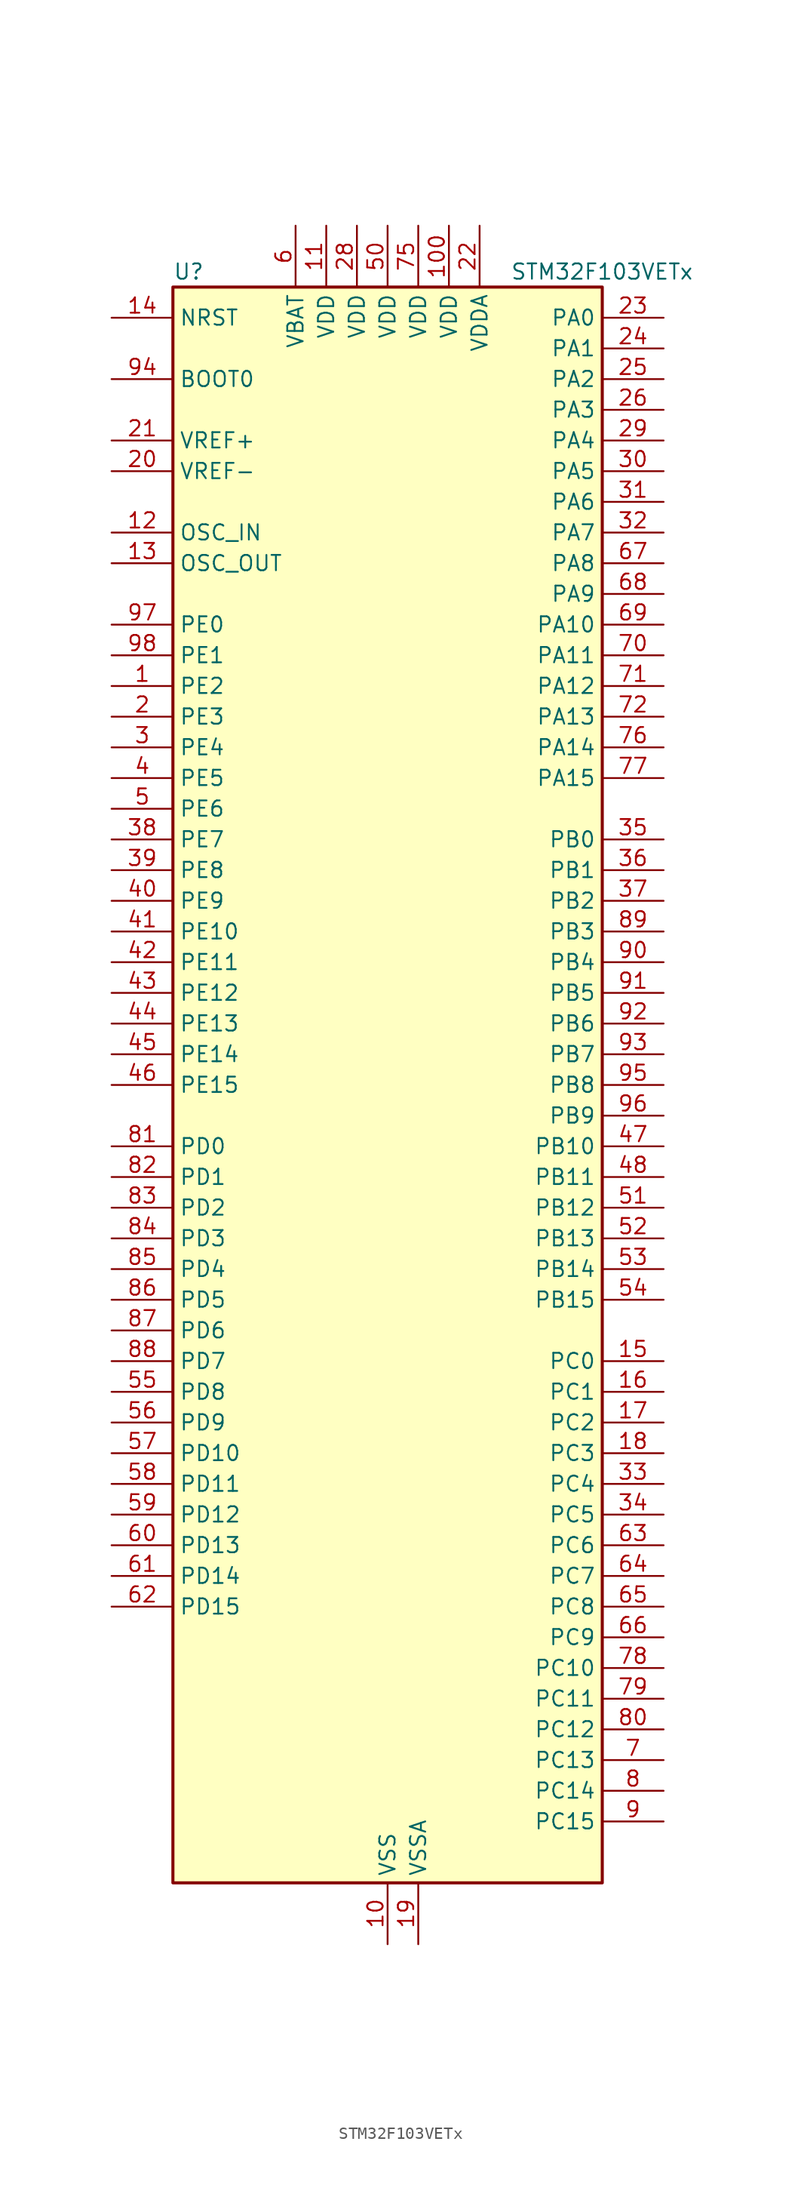
<source format=kicad_sym>
(kicad_symbol_lib
  (version 20220914)
  (generator kicad_symbol_editor)
  (symbol "STM32F103VETx"
    (property "Reference" "U"
      (at -17.78 67.31 0)
      (effects (font (size 1.27 1.27)) (justify left)))
    (property "Value" "STM32F103VETx"
      (at 10.16 67.31 0)
      (effects (font (size 1.27 1.27)) (justify left)))
    (property "ki_locked" ""
      (at 0 0 0)
      (effects (font (size 1.27 1.27))))
    (symbol "STM32F103VETx_0_1"
      (rectangle (start -17.78 -66.04) (end 17.78 66.04) (stroke (width 0.254) (type default)) (fill (type background))))
    (symbol "STM32F103VETx_1_1"
      (pin bidirectional line (at -22.86 33.02 0) (length 5.08) (name "PE2" (effects (font (size 1.27 1.27)))) (number "1" (effects (font (size 1.27 1.27)))) (alternate "FSMC_A23" bidirectional line) (alternate "SYS_TRACECLK" bidirectional line))
      (pin power_in line (at 0 -71.12 90) (length 5.08) (name "VSS" (effects (font (size 1.27 1.27)))) (number "10" (effects (font (size 1.27 1.27)))))
      (pin power_in line (at 5.08 71.12 270) (length 5.08) (name "VDD" (effects (font (size 1.27 1.27)))) (number "100" (effects (font (size 1.27 1.27)))))
      (pin power_in line (at -5.08 71.12 270) (length 5.08) (name "VDD" (effects (font (size 1.27 1.27)))) (number "11" (effects (font (size 1.27 1.27)))))
      (pin input line (at -22.86 45.72 0) (length 5.08) (name "OSC_IN" (effects (font (size 1.27 1.27)))) (number "12" (effects (font (size 1.27 1.27)))) (alternate "RCC_OSC_IN" bidirectional line))
      (pin input line (at -22.86 43.18 0) (length 5.08) (name "OSC_OUT" (effects (font (size 1.27 1.27)))) (number "13" (effects (font (size 1.27 1.27)))) (alternate "RCC_OSC_OUT" bidirectional line))
      (pin input line (at -22.86 63.5 0) (length 5.08) (name "NRST" (effects (font (size 1.27 1.27)))) (number "14" (effects (font (size 1.27 1.27)))))
      (pin bidirectional line (at 22.86 -22.86 180) (length 5.08) (name "PC0" (effects (font (size 1.27 1.27)))) (number "15" (effects (font (size 1.27 1.27)))) (alternate "ADC1_IN10" bidirectional line) (alternate "ADC2_IN10" bidirectional line) (alternate "ADC3_IN10" bidirectional line))
      (pin bidirectional line (at 22.86 -25.4 180) (length 5.08) (name "PC1" (effects (font (size 1.27 1.27)))) (number "16" (effects (font (size 1.27 1.27)))) (alternate "ADC1_IN11" bidirectional line) (alternate "ADC2_IN11" bidirectional line) (alternate "ADC3_IN11" bidirectional line))
      (pin bidirectional line (at 22.86 -27.94 180) (length 5.08) (name "PC2" (effects (font (size 1.27 1.27)))) (number "17" (effects (font (size 1.27 1.27)))) (alternate "ADC1_IN12" bidirectional line) (alternate "ADC2_IN12" bidirectional line) (alternate "ADC3_IN12" bidirectional line))
      (pin bidirectional line (at 22.86 -30.48 180) (length 5.08) (name "PC3" (effects (font (size 1.27 1.27)))) (number "18" (effects (font (size 1.27 1.27)))) (alternate "ADC1_IN13" bidirectional line) (alternate "ADC2_IN13" bidirectional line) (alternate "ADC3_IN13" bidirectional line))
      (pin power_in line (at 2.54 -71.12 90) (length 5.08) (name "VSSA" (effects (font (size 1.27 1.27)))) (number "19" (effects (font (size 1.27 1.27)))))
      (pin bidirectional line (at -22.86 30.48 0) (length 5.08) (name "PE3" (effects (font (size 1.27 1.27)))) (number "2" (effects (font (size 1.27 1.27)))) (alternate "FSMC_A19" bidirectional line) (alternate "SYS_TRACED0" bidirectional line))
      (pin input line (at -22.86 50.8 0) (length 5.08) (name "VREF-" (effects (font (size 1.27 1.27)))) (number "20" (effects (font (size 1.27 1.27)))))
      (pin input line (at -22.86 53.34 0) (length 5.08) (name "VREF+" (effects (font (size 1.27 1.27)))) (number "21" (effects (font (size 1.27 1.27)))))
      (pin power_in line (at 7.62 71.12 270) (length 5.08) (name "VDDA" (effects (font (size 1.27 1.27)))) (number "22" (effects (font (size 1.27 1.27)))))
      (pin bidirectional line (at 22.86 63.5 180) (length 5.08) (name "PA0" (effects (font (size 1.27 1.27)))) (number "23" (effects (font (size 1.27 1.27)))) (alternate "ADC1_IN0" bidirectional line) (alternate "ADC2_IN0" bidirectional line) (alternate "ADC3_IN0" bidirectional line) (alternate "SYS_WKUP" bidirectional line) (alternate "TIM2_CH1" bidirectional line) (alternate "TIM2_ETR" bidirectional line) (alternate "TIM5_CH1" bidirectional line) (alternate "TIM8_ETR" bidirectional line) (alternate "USART2_CTS" bidirectional line))
      (pin bidirectional line (at 22.86 60.96 180) (length 5.08) (name "PA1" (effects (font (size 1.27 1.27)))) (number "24" (effects (font (size 1.27 1.27)))) (alternate "ADC1_IN1" bidirectional line) (alternate "ADC2_IN1" bidirectional line) (alternate "ADC3_IN1" bidirectional line) (alternate "TIM2_CH2" bidirectional line) (alternate "TIM5_CH2" bidirectional line) (alternate "USART2_RTS" bidirectional line))
      (pin bidirectional line (at 22.86 58.42 180) (length 5.08) (name "PA2" (effects (font (size 1.27 1.27)))) (number "25" (effects (font (size 1.27 1.27)))) (alternate "ADC1_IN2" bidirectional line) (alternate "ADC2_IN2" bidirectional line) (alternate "ADC3_IN2" bidirectional line) (alternate "TIM2_CH3" bidirectional line) (alternate "TIM5_CH3" bidirectional line) (alternate "USART2_TX" bidirectional line))
      (pin bidirectional line (at 22.86 55.88 180) (length 5.08) (name "PA3" (effects (font (size 1.27 1.27)))) (number "26" (effects (font (size 1.27 1.27)))) (alternate "ADC1_IN3" bidirectional line) (alternate "ADC2_IN3" bidirectional line) (alternate "ADC3_IN3" bidirectional line) (alternate "TIM2_CH4" bidirectional line) (alternate "TIM5_CH4" bidirectional line) (alternate "USART2_RX" bidirectional line))
      (pin passive line (at 0 -71.12 90) (length 5.08) hide (name "VSS" (effects (font (size 1.27 1.27)))) (number "27" (effects (font (size 1.27 1.27)))))
      (pin power_in line (at -2.54 71.12 270) (length 5.08) (name "VDD" (effects (font (size 1.27 1.27)))) (number "28" (effects (font (size 1.27 1.27)))))
      (pin bidirectional line (at 22.86 53.34 180) (length 5.08) (name "PA4" (effects (font (size 1.27 1.27)))) (number "29" (effects (font (size 1.27 1.27)))) (alternate "ADC1_IN4" bidirectional line) (alternate "ADC2_IN4" bidirectional line) (alternate "DAC_OUT1" bidirectional line) (alternate "SPI1_NSS" bidirectional line) (alternate "USART2_CK" bidirectional line))
      (pin bidirectional line (at -22.86 27.94 0) (length 5.08) (name "PE4" (effects (font (size 1.27 1.27)))) (number "3" (effects (font (size 1.27 1.27)))) (alternate "FSMC_A20" bidirectional line) (alternate "SYS_TRACED1" bidirectional line))
      (pin bidirectional line (at 22.86 50.8 180) (length 5.08) (name "PA5" (effects (font (size 1.27 1.27)))) (number "30" (effects (font (size 1.27 1.27)))) (alternate "ADC1_IN5" bidirectional line) (alternate "ADC2_IN5" bidirectional line) (alternate "DAC_OUT2" bidirectional line) (alternate "SPI1_SCK" bidirectional line))
      (pin bidirectional line (at 22.86 48.26 180) (length 5.08) (name "PA6" (effects (font (size 1.27 1.27)))) (number "31" (effects (font (size 1.27 1.27)))) (alternate "ADC1_IN6" bidirectional line) (alternate "ADC2_IN6" bidirectional line) (alternate "SPI1_MISO" bidirectional line) (alternate "TIM1_BKIN" bidirectional line) (alternate "TIM3_CH1" bidirectional line) (alternate "TIM8_BKIN" bidirectional line))
      (pin bidirectional line (at 22.86 45.72 180) (length 5.08) (name "PA7" (effects (font (size 1.27 1.27)))) (number "32" (effects (font (size 1.27 1.27)))) (alternate "ADC1_IN7" bidirectional line) (alternate "ADC2_IN7" bidirectional line) (alternate "SPI1_MOSI" bidirectional line) (alternate "TIM1_CH1N" bidirectional line) (alternate "TIM3_CH2" bidirectional line) (alternate "TIM8_CH1N" bidirectional line))
      (pin bidirectional line (at 22.86 -33.02 180) (length 5.08) (name "PC4" (effects (font (size 1.27 1.27)))) (number "33" (effects (font (size 1.27 1.27)))) (alternate "ADC1_IN14" bidirectional line) (alternate "ADC2_IN14" bidirectional line))
      (pin bidirectional line (at 22.86 -35.56 180) (length 5.08) (name "PC5" (effects (font (size 1.27 1.27)))) (number "34" (effects (font (size 1.27 1.27)))) (alternate "ADC1_IN15" bidirectional line) (alternate "ADC2_IN15" bidirectional line))
      (pin bidirectional line (at 22.86 20.32 180) (length 5.08) (name "PB0" (effects (font (size 1.27 1.27)))) (number "35" (effects (font (size 1.27 1.27)))) (alternate "ADC1_IN8" bidirectional line) (alternate "ADC2_IN8" bidirectional line) (alternate "TIM1_CH2N" bidirectional line) (alternate "TIM3_CH3" bidirectional line) (alternate "TIM8_CH2N" bidirectional line))
      (pin bidirectional line (at 22.86 17.78 180) (length 5.08) (name "PB1" (effects (font (size 1.27 1.27)))) (number "36" (effects (font (size 1.27 1.27)))) (alternate "ADC1_IN9" bidirectional line) (alternate "ADC2_IN9" bidirectional line) (alternate "TIM1_CH3N" bidirectional line) (alternate "TIM3_CH4" bidirectional line) (alternate "TIM8_CH3N" bidirectional line))
      (pin bidirectional line (at 22.86 15.24 180) (length 5.08) (name "PB2" (effects (font (size 1.27 1.27)))) (number "37" (effects (font (size 1.27 1.27)))))
      (pin bidirectional line (at -22.86 20.32 0) (length 5.08) (name "PE7" (effects (font (size 1.27 1.27)))) (number "38" (effects (font (size 1.27 1.27)))) (alternate "FSMC_D4" bidirectional line) (alternate "FSMC_DA4" bidirectional line) (alternate "TIM1_ETR" bidirectional line))
      (pin bidirectional line (at -22.86 17.78 0) (length 5.08) (name "PE8" (effects (font (size 1.27 1.27)))) (number "39" (effects (font (size 1.27 1.27)))) (alternate "FSMC_D5" bidirectional line) (alternate "FSMC_DA5" bidirectional line) (alternate "TIM1_CH1N" bidirectional line))
      (pin bidirectional line (at -22.86 25.4 0) (length 5.08) (name "PE5" (effects (font (size 1.27 1.27)))) (number "4" (effects (font (size 1.27 1.27)))) (alternate "FSMC_A21" bidirectional line) (alternate "SYS_TRACED2" bidirectional line))
      (pin bidirectional line (at -22.86 15.24 0) (length 5.08) (name "PE9" (effects (font (size 1.27 1.27)))) (number "40" (effects (font (size 1.27 1.27)))) (alternate "DAC_EXTI9" bidirectional line) (alternate "FSMC_D6" bidirectional line) (alternate "FSMC_DA6" bidirectional line) (alternate "TIM1_CH1" bidirectional line))
      (pin bidirectional line (at -22.86 12.7 0) (length 5.08) (name "PE10" (effects (font (size 1.27 1.27)))) (number "41" (effects (font (size 1.27 1.27)))) (alternate "FSMC_D7" bidirectional line) (alternate "FSMC_DA7" bidirectional line) (alternate "TIM1_CH2N" bidirectional line))
      (pin bidirectional line (at -22.86 10.16 0) (length 5.08) (name "PE11" (effects (font (size 1.27 1.27)))) (number "42" (effects (font (size 1.27 1.27)))) (alternate "ADC1_EXTI11" bidirectional line) (alternate "ADC2_EXTI11" bidirectional line) (alternate "FSMC_D8" bidirectional line) (alternate "FSMC_DA8" bidirectional line) (alternate "TIM1_CH2" bidirectional line))
      (pin bidirectional line (at -22.86 7.62 0) (length 5.08) (name "PE12" (effects (font (size 1.27 1.27)))) (number "43" (effects (font (size 1.27 1.27)))) (alternate "FSMC_D9" bidirectional line) (alternate "FSMC_DA9" bidirectional line) (alternate "TIM1_CH3N" bidirectional line))
      (pin bidirectional line (at -22.86 5.08 0) (length 5.08) (name "PE13" (effects (font (size 1.27 1.27)))) (number "44" (effects (font (size 1.27 1.27)))) (alternate "FSMC_D10" bidirectional line) (alternate "FSMC_DA10" bidirectional line) (alternate "TIM1_CH3" bidirectional line))
      (pin bidirectional line (at -22.86 2.54 0) (length 5.08) (name "PE14" (effects (font (size 1.27 1.27)))) (number "45" (effects (font (size 1.27 1.27)))) (alternate "FSMC_D11" bidirectional line) (alternate "FSMC_DA11" bidirectional line) (alternate "TIM1_CH4" bidirectional line))
      (pin bidirectional line (at -22.86 0 0) (length 5.08) (name "PE15" (effects (font (size 1.27 1.27)))) (number "46" (effects (font (size 1.27 1.27)))) (alternate "ADC1_EXTI15" bidirectional line) (alternate "ADC2_EXTI15" bidirectional line) (alternate "FSMC_D12" bidirectional line) (alternate "FSMC_DA12" bidirectional line) (alternate "TIM1_BKIN" bidirectional line))
      (pin bidirectional line (at 22.86 -5.08 180) (length 5.08) (name "PB10" (effects (font (size 1.27 1.27)))) (number "47" (effects (font (size 1.27 1.27)))) (alternate "I2C2_SCL" bidirectional line) (alternate "TIM2_CH3" bidirectional line) (alternate "USART3_TX" bidirectional line))
      (pin bidirectional line (at 22.86 -7.62 180) (length 5.08) (name "PB11" (effects (font (size 1.27 1.27)))) (number "48" (effects (font (size 1.27 1.27)))) (alternate "ADC1_EXTI11" bidirectional line) (alternate "ADC2_EXTI11" bidirectional line) (alternate "I2C2_SDA" bidirectional line) (alternate "TIM2_CH4" bidirectional line) (alternate "USART3_RX" bidirectional line))
      (pin passive line (at 0 -71.12 90) (length 5.08) hide (name "VSS" (effects (font (size 1.27 1.27)))) (number "49" (effects (font (size 1.27 1.27)))))
      (pin bidirectional line (at -22.86 22.86 0) (length 5.08) (name "PE6" (effects (font (size 1.27 1.27)))) (number "5" (effects (font (size 1.27 1.27)))) (alternate "FSMC_A22" bidirectional line) (alternate "SYS_TRACED3" bidirectional line))
      (pin power_in line (at 0 71.12 270) (length 5.08) (name "VDD" (effects (font (size 1.27 1.27)))) (number "50" (effects (font (size 1.27 1.27)))))
      (pin bidirectional line (at 22.86 -10.16 180) (length 5.08) (name "PB12" (effects (font (size 1.27 1.27)))) (number "51" (effects (font (size 1.27 1.27)))) (alternate "I2C2_SMBA" bidirectional line) (alternate "I2S2_WS" bidirectional line) (alternate "SPI2_NSS" bidirectional line) (alternate "TIM1_BKIN" bidirectional line) (alternate "USART3_CK" bidirectional line))
      (pin bidirectional line (at 22.86 -12.7 180) (length 5.08) (name "PB13" (effects (font (size 1.27 1.27)))) (number "52" (effects (font (size 1.27 1.27)))) (alternate "I2S2_CK" bidirectional line) (alternate "SPI2_SCK" bidirectional line) (alternate "TIM1_CH1N" bidirectional line) (alternate "USART3_CTS" bidirectional line))
      (pin bidirectional line (at 22.86 -15.24 180) (length 5.08) (name "PB14" (effects (font (size 1.27 1.27)))) (number "53" (effects (font (size 1.27 1.27)))) (alternate "SPI2_MISO" bidirectional line) (alternate "TIM1_CH2N" bidirectional line) (alternate "USART3_RTS" bidirectional line))
      (pin bidirectional line (at 22.86 -17.78 180) (length 5.08) (name "PB15" (effects (font (size 1.27 1.27)))) (number "54" (effects (font (size 1.27 1.27)))) (alternate "ADC1_EXTI15" bidirectional line) (alternate "ADC2_EXTI15" bidirectional line) (alternate "I2S2_SD" bidirectional line) (alternate "SPI2_MOSI" bidirectional line) (alternate "TIM1_CH3N" bidirectional line))
      (pin bidirectional line (at -22.86 -25.4 0) (length 5.08) (name "PD8" (effects (font (size 1.27 1.27)))) (number "55" (effects (font (size 1.27 1.27)))) (alternate "FSMC_D13" bidirectional line) (alternate "FSMC_DA13" bidirectional line) (alternate "USART3_TX" bidirectional line))
      (pin bidirectional line (at -22.86 -27.94 0) (length 5.08) (name "PD9" (effects (font (size 1.27 1.27)))) (number "56" (effects (font (size 1.27 1.27)))) (alternate "DAC_EXTI9" bidirectional line) (alternate "FSMC_D14" bidirectional line) (alternate "FSMC_DA14" bidirectional line) (alternate "USART3_RX" bidirectional line))
      (pin bidirectional line (at -22.86 -30.48 0) (length 5.08) (name "PD10" (effects (font (size 1.27 1.27)))) (number "57" (effects (font (size 1.27 1.27)))) (alternate "FSMC_D15" bidirectional line) (alternate "FSMC_DA15" bidirectional line) (alternate "USART3_CK" bidirectional line))
      (pin bidirectional line (at -22.86 -33.02 0) (length 5.08) (name "PD11" (effects (font (size 1.27 1.27)))) (number "58" (effects (font (size 1.27 1.27)))) (alternate "ADC1_EXTI11" bidirectional line) (alternate "ADC2_EXTI11" bidirectional line) (alternate "FSMC_A16" bidirectional line) (alternate "FSMC_CLE" bidirectional line) (alternate "USART3_CTS" bidirectional line))
      (pin bidirectional line (at -22.86 -35.56 0) (length 5.08) (name "PD12" (effects (font (size 1.27 1.27)))) (number "59" (effects (font (size 1.27 1.27)))) (alternate "FSMC_A17" bidirectional line) (alternate "FSMC_ALE" bidirectional line) (alternate "TIM4_CH1" bidirectional line) (alternate "USART3_RTS" bidirectional line))
      (pin power_in line (at -7.62 71.12 270) (length 5.08) (name "VBAT" (effects (font (size 1.27 1.27)))) (number "6" (effects (font (size 1.27 1.27)))))
      (pin bidirectional line (at -22.86 -38.1 0) (length 5.08) (name "PD13" (effects (font (size 1.27 1.27)))) (number "60" (effects (font (size 1.27 1.27)))) (alternate "FSMC_A18" bidirectional line) (alternate "TIM4_CH2" bidirectional line))
      (pin bidirectional line (at -22.86 -40.64 0) (length 5.08) (name "PD14" (effects (font (size 1.27 1.27)))) (number "61" (effects (font (size 1.27 1.27)))) (alternate "FSMC_D0" bidirectional line) (alternate "FSMC_DA0" bidirectional line) (alternate "TIM4_CH3" bidirectional line))
      (pin bidirectional line (at -22.86 -43.18 0) (length 5.08) (name "PD15" (effects (font (size 1.27 1.27)))) (number "62" (effects (font (size 1.27 1.27)))) (alternate "ADC1_EXTI15" bidirectional line) (alternate "ADC2_EXTI15" bidirectional line) (alternate "FSMC_D1" bidirectional line) (alternate "FSMC_DA1" bidirectional line) (alternate "TIM4_CH4" bidirectional line))
      (pin bidirectional line (at 22.86 -38.1 180) (length 5.08) (name "PC6" (effects (font (size 1.27 1.27)))) (number "63" (effects (font (size 1.27 1.27)))) (alternate "I2S2_MCK" bidirectional line) (alternate "SDIO_D6" bidirectional line) (alternate "TIM3_CH1" bidirectional line) (alternate "TIM8_CH1" bidirectional line))
      (pin bidirectional line (at 22.86 -40.64 180) (length 5.08) (name "PC7" (effects (font (size 1.27 1.27)))) (number "64" (effects (font (size 1.27 1.27)))) (alternate "I2S3_MCK" bidirectional line) (alternate "SDIO_D7" bidirectional line) (alternate "TIM3_CH2" bidirectional line) (alternate "TIM8_CH2" bidirectional line))
      (pin bidirectional line (at 22.86 -43.18 180) (length 5.08) (name "PC8" (effects (font (size 1.27 1.27)))) (number "65" (effects (font (size 1.27 1.27)))) (alternate "SDIO_D0" bidirectional line) (alternate "TIM3_CH3" bidirectional line) (alternate "TIM8_CH3" bidirectional line))
      (pin bidirectional line (at 22.86 -45.72 180) (length 5.08) (name "PC9" (effects (font (size 1.27 1.27)))) (number "66" (effects (font (size 1.27 1.27)))) (alternate "DAC_EXTI9" bidirectional line) (alternate "SDIO_D1" bidirectional line) (alternate "TIM3_CH4" bidirectional line) (alternate "TIM8_CH4" bidirectional line))
      (pin bidirectional line (at 22.86 43.18 180) (length 5.08) (name "PA8" (effects (font (size 1.27 1.27)))) (number "67" (effects (font (size 1.27 1.27)))) (alternate "RCC_MCO" bidirectional line) (alternate "TIM1_CH1" bidirectional line) (alternate "USART1_CK" bidirectional line))
      (pin bidirectional line (at 22.86 40.64 180) (length 5.08) (name "PA9" (effects (font (size 1.27 1.27)))) (number "68" (effects (font (size 1.27 1.27)))) (alternate "DAC_EXTI9" bidirectional line) (alternate "TIM1_CH2" bidirectional line) (alternate "USART1_TX" bidirectional line))
      (pin bidirectional line (at 22.86 38.1 180) (length 5.08) (name "PA10" (effects (font (size 1.27 1.27)))) (number "69" (effects (font (size 1.27 1.27)))) (alternate "TIM1_CH3" bidirectional line) (alternate "USART1_RX" bidirectional line))
      (pin bidirectional line (at 22.86 -55.88 180) (length 5.08) (name "PC13" (effects (font (size 1.27 1.27)))) (number "7" (effects (font (size 1.27 1.27)))) (alternate "RTC_OUT" bidirectional line) (alternate "RTC_TAMPER" bidirectional line))
      (pin bidirectional line (at 22.86 35.56 180) (length 5.08) (name "PA11" (effects (font (size 1.27 1.27)))) (number "70" (effects (font (size 1.27 1.27)))) (alternate "ADC1_EXTI11" bidirectional line) (alternate "ADC2_EXTI11" bidirectional line) (alternate "CAN_RX" bidirectional line) (alternate "TIM1_CH4" bidirectional line) (alternate "USART1_CTS" bidirectional line) (alternate "USB_DM" bidirectional line))
      (pin bidirectional line (at 22.86 33.02 180) (length 5.08) (name "PA12" (effects (font (size 1.27 1.27)))) (number "71" (effects (font (size 1.27 1.27)))) (alternate "CAN_TX" bidirectional line) (alternate "TIM1_ETR" bidirectional line) (alternate "USART1_RTS" bidirectional line) (alternate "USB_DP" bidirectional line))
      (pin bidirectional line (at 22.86 30.48 180) (length 5.08) (name "PA13" (effects (font (size 1.27 1.27)))) (number "72" (effects (font (size 1.27 1.27)))) (alternate "SYS_JTMS-SWDIO" bidirectional line))
      (pin no_connect line (at -17.78 -66.04 0) (length 5.08) hide (name "NC" (effects (font (size 1.27 1.27)))) (number "73" (effects (font (size 1.27 1.27)))))
      (pin passive line (at 0 -71.12 90) (length 5.08) hide (name "VSS" (effects (font (size 1.27 1.27)))) (number "74" (effects (font (size 1.27 1.27)))))
      (pin power_in line (at 2.54 71.12 270) (length 5.08) (name "VDD" (effects (font (size 1.27 1.27)))) (number "75" (effects (font (size 1.27 1.27)))))
      (pin bidirectional line (at 22.86 27.94 180) (length 5.08) (name "PA14" (effects (font (size 1.27 1.27)))) (number "76" (effects (font (size 1.27 1.27)))) (alternate "SYS_JTCK-SWCLK" bidirectional line))
      (pin bidirectional line (at 22.86 25.4 180) (length 5.08) (name "PA15" (effects (font (size 1.27 1.27)))) (number "77" (effects (font (size 1.27 1.27)))) (alternate "ADC1_EXTI15" bidirectional line) (alternate "ADC2_EXTI15" bidirectional line) (alternate "I2S3_WS" bidirectional line) (alternate "SPI1_NSS" bidirectional line) (alternate "SPI3_NSS" bidirectional line) (alternate "SYS_JTDI" bidirectional line) (alternate "TIM2_CH1" bidirectional line) (alternate "TIM2_ETR" bidirectional line))
      (pin bidirectional line (at 22.86 -48.26 180) (length 5.08) (name "PC10" (effects (font (size 1.27 1.27)))) (number "78" (effects (font (size 1.27 1.27)))) (alternate "SDIO_D2" bidirectional line) (alternate "UART4_TX" bidirectional line) (alternate "USART3_TX" bidirectional line))
      (pin bidirectional line (at 22.86 -50.8 180) (length 5.08) (name "PC11" (effects (font (size 1.27 1.27)))) (number "79" (effects (font (size 1.27 1.27)))) (alternate "ADC1_EXTI11" bidirectional line) (alternate "ADC2_EXTI11" bidirectional line) (alternate "SDIO_D3" bidirectional line) (alternate "UART4_RX" bidirectional line) (alternate "USART3_RX" bidirectional line))
      (pin bidirectional line (at 22.86 -58.42 180) (length 5.08) (name "PC14" (effects (font (size 1.27 1.27)))) (number "8" (effects (font (size 1.27 1.27)))) (alternate "RCC_OSC32_IN" bidirectional line))
      (pin bidirectional line (at 22.86 -53.34 180) (length 5.08) (name "PC12" (effects (font (size 1.27 1.27)))) (number "80" (effects (font (size 1.27 1.27)))) (alternate "SDIO_CK" bidirectional line) (alternate "UART5_TX" bidirectional line) (alternate "USART3_CK" bidirectional line))
      (pin bidirectional line (at -22.86 -5.08 0) (length 5.08) (name "PD0" (effects (font (size 1.27 1.27)))) (number "81" (effects (font (size 1.27 1.27)))) (alternate "CAN_RX" bidirectional line) (alternate "FSMC_D2" bidirectional line) (alternate "FSMC_DA2" bidirectional line))
      (pin bidirectional line (at -22.86 -7.62 0) (length 5.08) (name "PD1" (effects (font (size 1.27 1.27)))) (number "82" (effects (font (size 1.27 1.27)))) (alternate "CAN_TX" bidirectional line) (alternate "FSMC_D3" bidirectional line) (alternate "FSMC_DA3" bidirectional line))
      (pin bidirectional line (at -22.86 -10.16 0) (length 5.08) (name "PD2" (effects (font (size 1.27 1.27)))) (number "83" (effects (font (size 1.27 1.27)))) (alternate "SDIO_CMD" bidirectional line) (alternate "TIM3_ETR" bidirectional line) (alternate "UART5_RX" bidirectional line))
      (pin bidirectional line (at -22.86 -12.7 0) (length 5.08) (name "PD3" (effects (font (size 1.27 1.27)))) (number "84" (effects (font (size 1.27 1.27)))) (alternate "FSMC_CLK" bidirectional line) (alternate "USART2_CTS" bidirectional line))
      (pin bidirectional line (at -22.86 -15.24 0) (length 5.08) (name "PD4" (effects (font (size 1.27 1.27)))) (number "85" (effects (font (size 1.27 1.27)))) (alternate "FSMC_NOE" bidirectional line) (alternate "USART2_RTS" bidirectional line))
      (pin bidirectional line (at -22.86 -17.78 0) (length 5.08) (name "PD5" (effects (font (size 1.27 1.27)))) (number "86" (effects (font (size 1.27 1.27)))) (alternate "FSMC_NWE" bidirectional line) (alternate "USART2_TX" bidirectional line))
      (pin bidirectional line (at -22.86 -20.32 0) (length 5.08) (name "PD6" (effects (font (size 1.27 1.27)))) (number "87" (effects (font (size 1.27 1.27)))) (alternate "FSMC_NWAIT" bidirectional line) (alternate "USART2_RX" bidirectional line))
      (pin bidirectional line (at -22.86 -22.86 0) (length 5.08) (name "PD7" (effects (font (size 1.27 1.27)))) (number "88" (effects (font (size 1.27 1.27)))) (alternate "FSMC_NCE2" bidirectional line) (alternate "FSMC_NE1" bidirectional line) (alternate "USART2_CK" bidirectional line))
      (pin bidirectional line (at 22.86 12.7 180) (length 5.08) (name "PB3" (effects (font (size 1.27 1.27)))) (number "89" (effects (font (size 1.27 1.27)))) (alternate "I2S3_CK" bidirectional line) (alternate "SPI1_SCK" bidirectional line) (alternate "SPI3_SCK" bidirectional line) (alternate "SYS_JTDO-TRACESWO" bidirectional line) (alternate "TIM2_CH2" bidirectional line))
      (pin bidirectional line (at 22.86 -60.96 180) (length 5.08) (name "PC15" (effects (font (size 1.27 1.27)))) (number "9" (effects (font (size 1.27 1.27)))) (alternate "ADC1_EXTI15" bidirectional line) (alternate "ADC2_EXTI15" bidirectional line) (alternate "RCC_OSC32_OUT" bidirectional line))
      (pin bidirectional line (at 22.86 10.16 180) (length 5.08) (name "PB4" (effects (font (size 1.27 1.27)))) (number "90" (effects (font (size 1.27 1.27)))) (alternate "SPI1_MISO" bidirectional line) (alternate "SPI3_MISO" bidirectional line) (alternate "SYS_NJTRST" bidirectional line) (alternate "TIM3_CH1" bidirectional line))
      (pin bidirectional line (at 22.86 7.62 180) (length 5.08) (name "PB5" (effects (font (size 1.27 1.27)))) (number "91" (effects (font (size 1.27 1.27)))) (alternate "I2C1_SMBA" bidirectional line) (alternate "I2S3_SD" bidirectional line) (alternate "SPI1_MOSI" bidirectional line) (alternate "SPI3_MOSI" bidirectional line) (alternate "TIM3_CH2" bidirectional line))
      (pin bidirectional line (at 22.86 5.08 180) (length 5.08) (name "PB6" (effects (font (size 1.27 1.27)))) (number "92" (effects (font (size 1.27 1.27)))) (alternate "I2C1_SCL" bidirectional line) (alternate "TIM4_CH1" bidirectional line) (alternate "USART1_TX" bidirectional line))
      (pin bidirectional line (at 22.86 2.54 180) (length 5.08) (name "PB7" (effects (font (size 1.27 1.27)))) (number "93" (effects (font (size 1.27 1.27)))) (alternate "FSMC_NL" bidirectional line) (alternate "I2C1_SDA" bidirectional line) (alternate "TIM4_CH2" bidirectional line) (alternate "USART1_RX" bidirectional line))
      (pin input line (at -22.86 58.42 0) (length 5.08) (name "BOOT0" (effects (font (size 1.27 1.27)))) (number "94" (effects (font (size 1.27 1.27)))))
      (pin bidirectional line (at 22.86 0 180) (length 5.08) (name "PB8" (effects (font (size 1.27 1.27)))) (number "95" (effects (font (size 1.27 1.27)))) (alternate "CAN_RX" bidirectional line) (alternate "I2C1_SCL" bidirectional line) (alternate "SDIO_D4" bidirectional line) (alternate "TIM4_CH3" bidirectional line))
      (pin bidirectional line (at 22.86 -2.54 180) (length 5.08) (name "PB9" (effects (font (size 1.27 1.27)))) (number "96" (effects (font (size 1.27 1.27)))) (alternate "CAN_TX" bidirectional line) (alternate "DAC_EXTI9" bidirectional line) (alternate "I2C1_SDA" bidirectional line) (alternate "SDIO_D5" bidirectional line) (alternate "TIM4_CH4" bidirectional line))
      (pin bidirectional line (at -22.86 38.1 0) (length 5.08) (name "PE0" (effects (font (size 1.27 1.27)))) (number "97" (effects (font (size 1.27 1.27)))) (alternate "FSMC_NBL0" bidirectional line) (alternate "TIM4_ETR" bidirectional line))
      (pin bidirectional line (at -22.86 35.56 0) (length 5.08) (name "PE1" (effects (font (size 1.27 1.27)))) (number "98" (effects (font (size 1.27 1.27)))) (alternate "FSMC_NBL1" bidirectional line))
      (pin passive line (at 0 -71.12 90) (length 5.08) hide (name "VSS" (effects (font (size 1.27 1.27)))) (number "99" (effects (font (size 1.27 1.27))))))))
</source>
